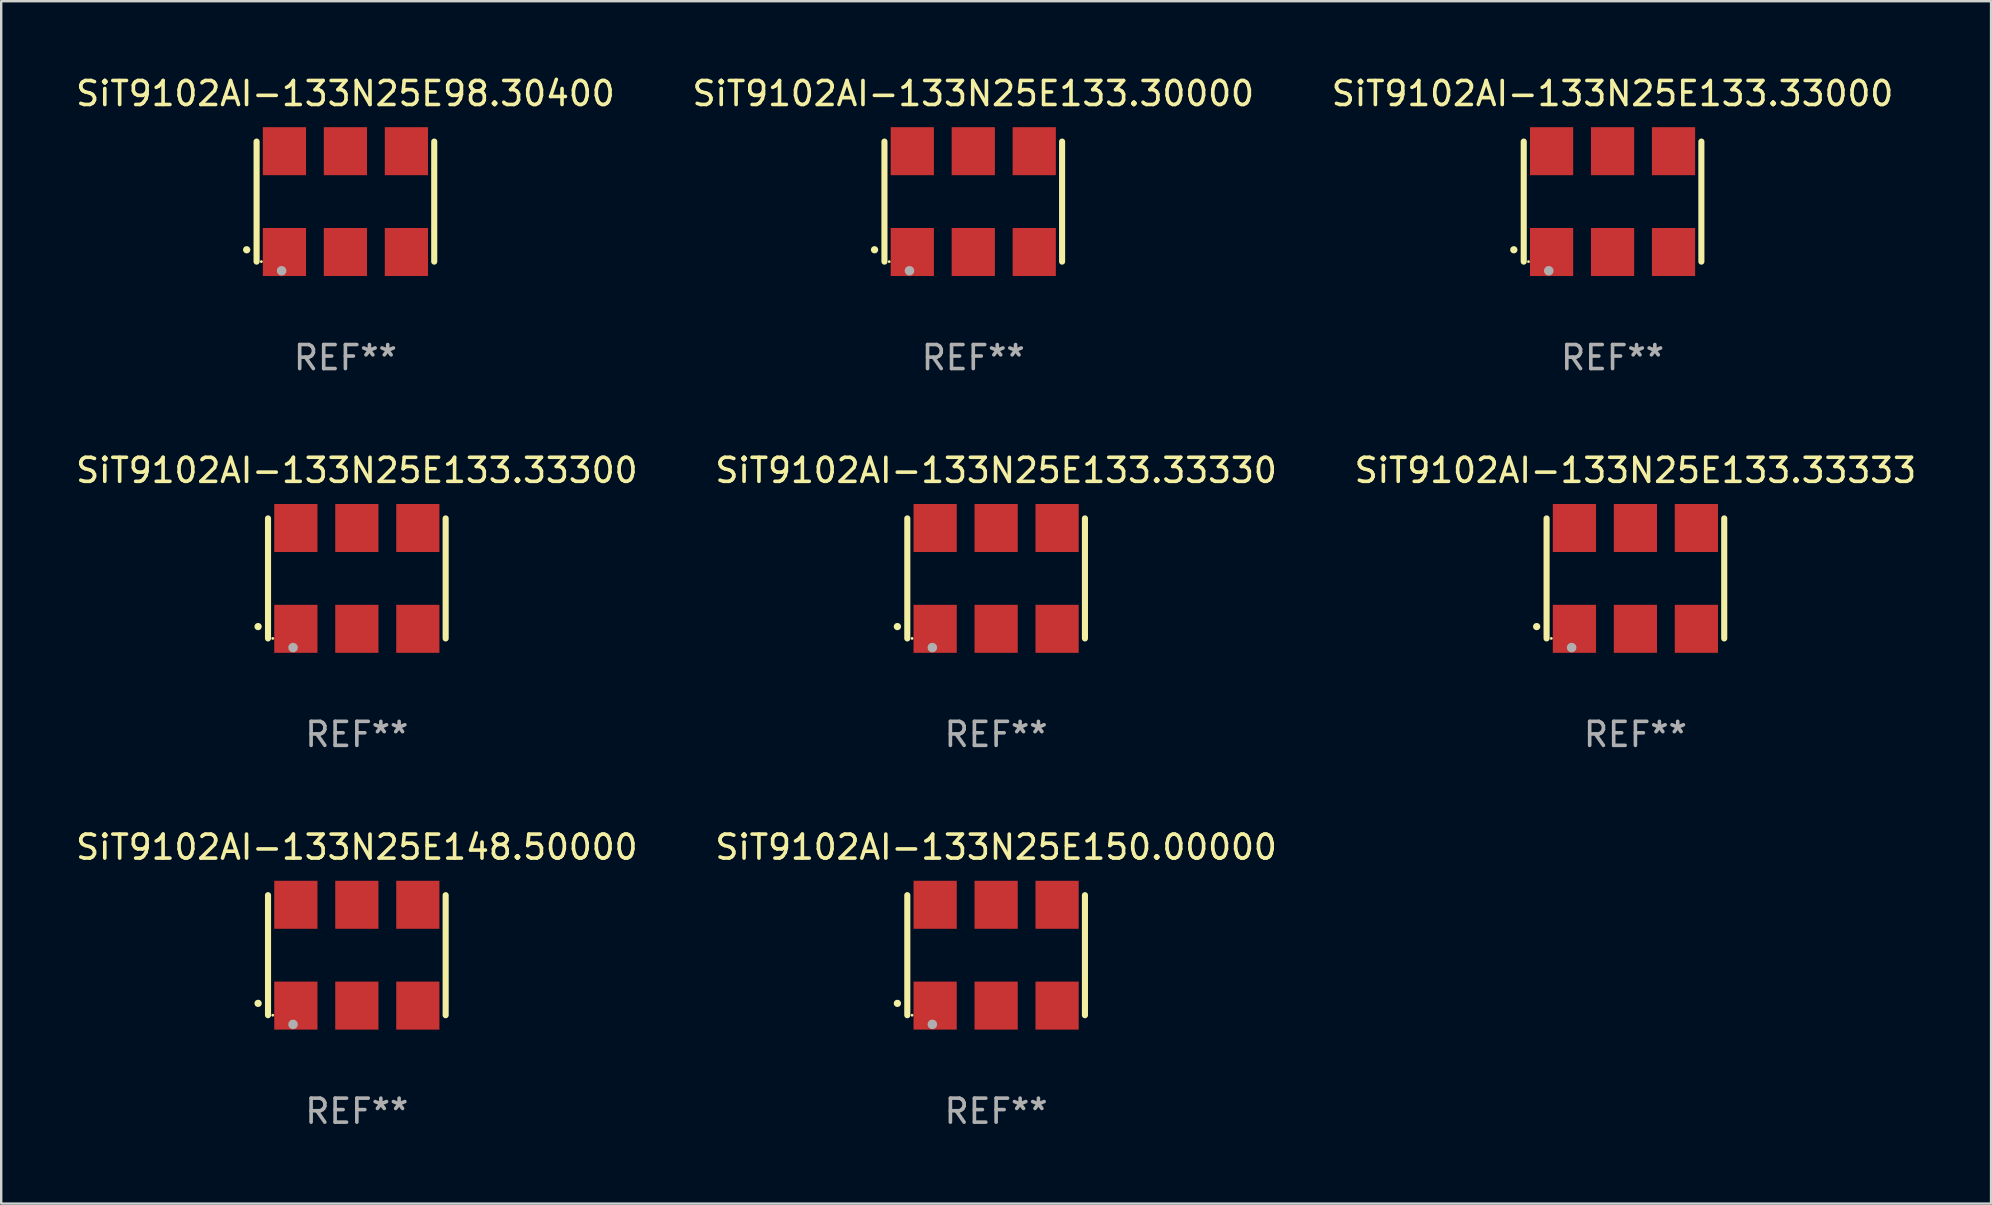
<source format=kicad_pcb>
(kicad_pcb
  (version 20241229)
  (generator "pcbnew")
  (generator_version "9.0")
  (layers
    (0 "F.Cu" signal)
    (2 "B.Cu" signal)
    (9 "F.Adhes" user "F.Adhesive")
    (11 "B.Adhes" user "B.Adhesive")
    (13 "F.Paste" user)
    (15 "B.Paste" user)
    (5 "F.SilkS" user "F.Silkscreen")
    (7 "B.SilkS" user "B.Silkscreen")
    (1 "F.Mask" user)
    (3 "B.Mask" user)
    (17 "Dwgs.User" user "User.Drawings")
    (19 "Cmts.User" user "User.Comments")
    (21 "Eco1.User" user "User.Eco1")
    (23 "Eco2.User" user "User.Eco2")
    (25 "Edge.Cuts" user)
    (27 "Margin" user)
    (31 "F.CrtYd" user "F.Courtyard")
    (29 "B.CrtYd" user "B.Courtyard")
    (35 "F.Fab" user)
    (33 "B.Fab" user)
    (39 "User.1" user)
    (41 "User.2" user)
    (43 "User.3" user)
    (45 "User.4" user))
  (footprint "SiT9102AI-133N25E133.33300"
    (layer "F.Cu")
    (at 11.815 21.045)
    (property "Reference" "SiT9102AI-133N25E133.33300" (at 0 -4.5 0) (layer "F.SilkS") (effects (font (size 1 1) (thickness 0.15))))
    (attr through_hole)
    (fp_line (start -3.7 -2.5) (end -3.7 2.5) (stroke (width 0.254) (type solid)) (layer "F.SilkS"))
    (fp_line (start 3.7 -2.5) (end 3.7 2.5) (stroke (width 0.254) (type solid)) (layer "F.SilkS"))
    (fp_arc (start -4.114415 2.006604) (mid -4.113145 2.006599) (end -4.111875 2.006604) (stroke (width 0.3) (type solid)) (layer "F.SilkS"))
    (fp_circle (center -3.502 2.5) (end -3.472 2.5) (stroke (width 0.06) (type solid)) (fill no) (layer "F.SilkS"))
    (fp_circle (center -2.657 2.882) (end -2.557 2.882) (stroke (width 0.2) (type solid)) (fill no) (layer "F.Fab"))
    (fp_text user "REF**" (at 0 6.5 0) (layer "F.Fab") (effects (font (size 1 1) (thickness 0.15))))
    (pad "1" smd rect (at -2.54 2.1) (size 1.8 2) (layers "F.Cu" "F.Mask" "F.Paste"))
    (pad "2" smd rect (at 0.000394 2.1) (size 1.8 2) (layers "F.Cu" "F.Mask" "F.Paste"))
    (pad "3" smd rect (at 2.54 2.1) (size 1.8 2) (layers "F.Cu" "F.Mask" "F.Paste"))
    (pad "4" smd rect (at 2.54 -2.1) (size 1.8 2) (layers "F.Cu" "F.Mask" "F.Paste"))
    (pad "5" smd rect (at 0.000394 -2.1) (size 1.8 2) (layers "F.Cu" "F.Mask" "F.Paste"))
    (pad "6" smd rect (at -2.54 -2.1) (size 1.8 2) (layers "F.Cu" "F.Mask" "F.Paste")))
  (footprint "SiT9102AI-133N25E148.50000"
    (layer "F.Cu")
    (at 11.815 36.741)
    (property "Reference" "SiT9102AI-133N25E148.50000" (at 0 -4.5 0) (layer "F.SilkS") (effects (font (size 1 1) (thickness 0.15))))
    (attr through_hole)
    (fp_line (start -3.7 -2.5) (end -3.7 2.5) (stroke (width 0.254) (type solid)) (layer "F.SilkS"))
    (fp_line (start 3.7 -2.5) (end 3.7 2.5) (stroke (width 0.254) (type solid)) (layer "F.SilkS"))
    (fp_arc (start -4.114415 2.006604) (mid -4.113145 2.006599) (end -4.111875 2.006604) (stroke (width 0.3) (type solid)) (layer "F.SilkS"))
    (fp_circle (center -3.502 2.5) (end -3.472 2.5) (stroke (width 0.06) (type solid)) (fill no) (layer "F.SilkS"))
    (fp_circle (center -2.657 2.882) (end -2.557 2.882) (stroke (width 0.2) (type solid)) (fill no) (layer "F.Fab"))
    (fp_text user "REF**" (at 0 6.5 0) (layer "F.Fab") (effects (font (size 1 1) (thickness 0.15))))
    (pad "1" smd rect (at -2.54 2.1) (size 1.8 2) (layers "F.Cu" "F.Mask" "F.Paste"))
    (pad "2" smd rect (at 0.000394 2.1) (size 1.8 2) (layers "F.Cu" "F.Mask" "F.Paste"))
    (pad "3" smd rect (at 2.54 2.1) (size 1.8 2) (layers "F.Cu" "F.Mask" "F.Paste"))
    (pad "4" smd rect (at 2.54 -2.1) (size 1.8 2) (layers "F.Cu" "F.Mask" "F.Paste"))
    (pad "5" smd rect (at 0.000394 -2.1) (size 1.8 2) (layers "F.Cu" "F.Mask" "F.Paste"))
    (pad "6" smd rect (at -2.54 -2.1) (size 1.8 2) (layers "F.Cu" "F.Mask" "F.Paste")))
  (footprint "SiT9102AI-133N25E150.00000"
    (layer "F.Cu")
    (at 38.446 36.741)
    (property "Reference" "SiT9102AI-133N25E150.00000" (at 0 -4.5 0) (layer "F.SilkS") (effects (font (size 1 1) (thickness 0.15))))
    (attr through_hole)
    (fp_line (start -3.7 -2.5) (end -3.7 2.5) (stroke (width 0.254) (type solid)) (layer "F.SilkS"))
    (fp_line (start 3.7 -2.5) (end 3.7 2.5) (stroke (width 0.254) (type solid)) (layer "F.SilkS"))
    (fp_arc (start -4.114415 2.006604) (mid -4.113145 2.006599) (end -4.111875 2.006604) (stroke (width 0.3) (type solid)) (layer "F.SilkS"))
    (fp_circle (center -3.502 2.5) (end -3.472 2.5) (stroke (width 0.06) (type solid)) (fill no) (layer "F.SilkS"))
    (fp_circle (center -2.657 2.882) (end -2.557 2.882) (stroke (width 0.2) (type solid)) (fill no) (layer "F.Fab"))
    (fp_text user "REF**" (at 0 6.5 0) (layer "F.Fab") (effects (font (size 1 1) (thickness 0.15))))
    (pad "1" smd rect (at -2.54 2.1) (size 1.8 2) (layers "F.Cu" "F.Mask" "F.Paste"))
    (pad "2" smd rect (at 0.000394 2.1) (size 1.8 2) (layers "F.Cu" "F.Mask" "F.Paste"))
    (pad "3" smd rect (at 2.54 2.1) (size 1.8 2) (layers "F.Cu" "F.Mask" "F.Paste"))
    (pad "4" smd rect (at 2.54 -2.1) (size 1.8 2) (layers "F.Cu" "F.Mask" "F.Paste"))
    (pad "5" smd rect (at 0.000394 -2.1) (size 1.8 2) (layers "F.Cu" "F.Mask" "F.Paste"))
    (pad "6" smd rect (at -2.54 -2.1) (size 1.8 2) (layers "F.Cu" "F.Mask" "F.Paste")))
  (footprint "SiT9102AI-133N25E133.33000"
    (layer "F.Cu")
    (at 64.125 5.348)
    (property "Reference" "SiT9102AI-133N25E133.33000" (at 0 -4.5 0) (layer "F.SilkS") (effects (font (size 1 1) (thickness 0.15))))
    (attr through_hole)
    (fp_line (start -3.7 -2.5) (end -3.7 2.5) (stroke (width 0.254) (type solid)) (layer "F.SilkS"))
    (fp_line (start 3.7 -2.5) (end 3.7 2.5) (stroke (width 0.254) (type solid)) (layer "F.SilkS"))
    (fp_arc (start -4.114415 2.006604) (mid -4.113145 2.006599) (end -4.111875 2.006604) (stroke (width 0.3) (type solid)) (layer "F.SilkS"))
    (fp_circle (center -3.502 2.5) (end -3.472 2.5) (stroke (width 0.06) (type solid)) (fill no) (layer "F.SilkS"))
    (fp_circle (center -2.657 2.882) (end -2.557 2.882) (stroke (width 0.2) (type solid)) (fill no) (layer "F.Fab"))
    (fp_text user "REF**" (at 0 6.5 0) (layer "F.Fab") (effects (font (size 1 1) (thickness 0.15))))
    (pad "1" smd rect (at -2.54 2.1) (size 1.8 2) (layers "F.Cu" "F.Mask" "F.Paste"))
    (pad "2" smd rect (at 0.000394 2.1) (size 1.8 2) (layers "F.Cu" "F.Mask" "F.Paste"))
    (pad "3" smd rect (at 2.54 2.1) (size 1.8 2) (layers "F.Cu" "F.Mask" "F.Paste"))
    (pad "4" smd rect (at 2.54 -2.1) (size 1.8 2) (layers "F.Cu" "F.Mask" "F.Paste"))
    (pad "5" smd rect (at 0.000394 -2.1) (size 1.8 2) (layers "F.Cu" "F.Mask" "F.Paste"))
    (pad "6" smd rect (at -2.54 -2.1) (size 1.8 2) (layers "F.Cu" "F.Mask" "F.Paste")))
  (footprint "SiT9102AI-133N25E133.30000"
    (layer "F.Cu")
    (at 37.494 5.348)
    (property "Reference" "SiT9102AI-133N25E133.30000" (at 0 -4.5 0) (layer "F.SilkS") (effects (font (size 1 1) (thickness 0.15))))
    (attr through_hole)
    (fp_line (start -3.7 -2.5) (end -3.7 2.5) (stroke (width 0.254) (type solid)) (layer "F.SilkS"))
    (fp_line (start 3.7 -2.5) (end 3.7 2.5) (stroke (width 0.254) (type solid)) (layer "F.SilkS"))
    (fp_arc (start -4.114415 2.006604) (mid -4.113145 2.006599) (end -4.111875 2.006604) (stroke (width 0.3) (type solid)) (layer "F.SilkS"))
    (fp_circle (center -3.502 2.5) (end -3.472 2.5) (stroke (width 0.06) (type solid)) (fill no) (layer "F.SilkS"))
    (fp_circle (center -2.657 2.882) (end -2.557 2.882) (stroke (width 0.2) (type solid)) (fill no) (layer "F.Fab"))
    (fp_text user "REF**" (at 0 6.5 0) (layer "F.Fab") (effects (font (size 1 1) (thickness 0.15))))
    (pad "1" smd rect (at -2.54 2.1) (size 1.8 2) (layers "F.Cu" "F.Mask" "F.Paste"))
    (pad "2" smd rect (at 0.000394 2.1) (size 1.8 2) (layers "F.Cu" "F.Mask" "F.Paste"))
    (pad "3" smd rect (at 2.54 2.1) (size 1.8 2) (layers "F.Cu" "F.Mask" "F.Paste"))
    (pad "4" smd rect (at 2.54 -2.1) (size 1.8 2) (layers "F.Cu" "F.Mask" "F.Paste"))
    (pad "5" smd rect (at 0.000394 -2.1) (size 1.8 2) (layers "F.Cu" "F.Mask" "F.Paste"))
    (pad "6" smd rect (at -2.54 -2.1) (size 1.8 2) (layers "F.Cu" "F.Mask" "F.Paste")))
  (footprint "SiT9102AI-133N25E98.30400"
    (layer "F.Cu")
    (at 11.339 5.348)
    (property "Reference" "SiT9102AI-133N25E98.30400" (at 0 -4.5 0) (layer "F.SilkS") (effects (font (size 1 1) (thickness 0.15))))
    (attr through_hole)
    (fp_line (start -3.7 -2.5) (end -3.7 2.5) (stroke (width 0.254) (type solid)) (layer "F.SilkS"))
    (fp_line (start 3.7 -2.5) (end 3.7 2.5) (stroke (width 0.254) (type solid)) (layer "F.SilkS"))
    (fp_arc (start -4.114415 2.006604) (mid -4.113145 2.006599) (end -4.111875 2.006604) (stroke (width 0.3) (type solid)) (layer "F.SilkS"))
    (fp_circle (center -3.502 2.5) (end -3.472 2.5) (stroke (width 0.06) (type solid)) (fill no) (layer "F.SilkS"))
    (fp_circle (center -2.657 2.882) (end -2.557 2.882) (stroke (width 0.2) (type solid)) (fill no) (layer "F.Fab"))
    (fp_text user "REF**" (at 0 6.5 0) (layer "F.Fab") (effects (font (size 1 1) (thickness 0.15))))
    (pad "1" smd rect (at -2.54 2.1) (size 1.8 2) (layers "F.Cu" "F.Mask" "F.Paste"))
    (pad "2" smd rect (at 0.000394 2.1) (size 1.8 2) (layers "F.Cu" "F.Mask" "F.Paste"))
    (pad "3" smd rect (at 2.54 2.1) (size 1.8 2) (layers "F.Cu" "F.Mask" "F.Paste"))
    (pad "4" smd rect (at 2.54 -2.1) (size 1.8 2) (layers "F.Cu" "F.Mask" "F.Paste"))
    (pad "5" smd rect (at 0.000394 -2.1) (size 1.8 2) (layers "F.Cu" "F.Mask" "F.Paste"))
    (pad "6" smd rect (at -2.54 -2.1) (size 1.8 2) (layers "F.Cu" "F.Mask" "F.Paste")))
  (footprint "SiT9102AI-133N25E133.33333"
    (layer "F.Cu")
    (at 65.077 21.045)
    (property "Reference" "SiT9102AI-133N25E133.33333" (at 0 -4.5 0) (layer "F.SilkS") (effects (font (size 1 1) (thickness 0.15))))
    (attr through_hole)
    (fp_line (start -3.7 -2.5) (end -3.7 2.5) (stroke (width 0.254) (type solid)) (layer "F.SilkS"))
    (fp_line (start 3.7 -2.5) (end 3.7 2.5) (stroke (width 0.254) (type solid)) (layer "F.SilkS"))
    (fp_arc (start -4.114415 2.006604) (mid -4.113145 2.006599) (end -4.111875 2.006604) (stroke (width 0.3) (type solid)) (layer "F.SilkS"))
    (fp_circle (center -3.502 2.5) (end -3.472 2.5) (stroke (width 0.06) (type solid)) (fill no) (layer "F.SilkS"))
    (fp_circle (center -2.657 2.882) (end -2.557 2.882) (stroke (width 0.2) (type solid)) (fill no) (layer "F.Fab"))
    (fp_text user "REF**" (at 0 6.5 0) (layer "F.Fab") (effects (font (size 1 1) (thickness 0.15))))
    (pad "1" smd rect (at -2.54 2.1) (size 1.8 2) (layers "F.Cu" "F.Mask" "F.Paste"))
    (pad "2" smd rect (at 0.000394 2.1) (size 1.8 2) (layers "F.Cu" "F.Mask" "F.Paste"))
    (pad "3" smd rect (at 2.54 2.1) (size 1.8 2) (layers "F.Cu" "F.Mask" "F.Paste"))
    (pad "4" smd rect (at 2.54 -2.1) (size 1.8 2) (layers "F.Cu" "F.Mask" "F.Paste"))
    (pad "5" smd rect (at 0.000394 -2.1) (size 1.8 2) (layers "F.Cu" "F.Mask" "F.Paste"))
    (pad "6" smd rect (at -2.54 -2.1) (size 1.8 2) (layers "F.Cu" "F.Mask" "F.Paste")))
  (footprint "SiT9102AI-133N25E133.33330"
    (layer "F.Cu")
    (at 38.446 21.045)
    (property "Reference" "SiT9102AI-133N25E133.33330" (at 0 -4.5 0) (layer "F.SilkS") (effects (font (size 1 1) (thickness 0.15))))
    (attr through_hole)
    (fp_line (start -3.7 -2.5) (end -3.7 2.5) (stroke (width 0.254) (type solid)) (layer "F.SilkS"))
    (fp_line (start 3.7 -2.5) (end 3.7 2.5) (stroke (width 0.254) (type solid)) (layer "F.SilkS"))
    (fp_arc (start -4.114415 2.006604) (mid -4.113145 2.006599) (end -4.111875 2.006604) (stroke (width 0.3) (type solid)) (layer "F.SilkS"))
    (fp_circle (center -3.502 2.5) (end -3.472 2.5) (stroke (width 0.06) (type solid)) (fill no) (layer "F.SilkS"))
    (fp_circle (center -2.657 2.882) (end -2.557 2.882) (stroke (width 0.2) (type solid)) (fill no) (layer "F.Fab"))
    (fp_text user "REF**" (at 0 6.5 0) (layer "F.Fab") (effects (font (size 1 1) (thickness 0.15))))
    (pad "1" smd rect (at -2.54 2.1) (size 1.8 2) (layers "F.Cu" "F.Mask" "F.Paste"))
    (pad "2" smd rect (at 0.000394 2.1) (size 1.8 2) (layers "F.Cu" "F.Mask" "F.Paste"))
    (pad "3" smd rect (at 2.54 2.1) (size 1.8 2) (layers "F.Cu" "F.Mask" "F.Paste"))
    (pad "4" smd rect (at 2.54 -2.1) (size 1.8 2) (layers "F.Cu" "F.Mask" "F.Paste"))
    (pad "5" smd rect (at 0.000394 -2.1) (size 1.8 2) (layers "F.Cu" "F.Mask" "F.Paste"))
    (pad "6" smd rect (at -2.54 -2.1) (size 1.8 2) (layers "F.Cu" "F.Mask" "F.Paste")))
  (gr_rect
    (start -3 -3)
    (end 79.893 47.09)
    (stroke (width 0.1) (type default))
    (fill no)
    (layer "Edge.Cuts")))
</source>
